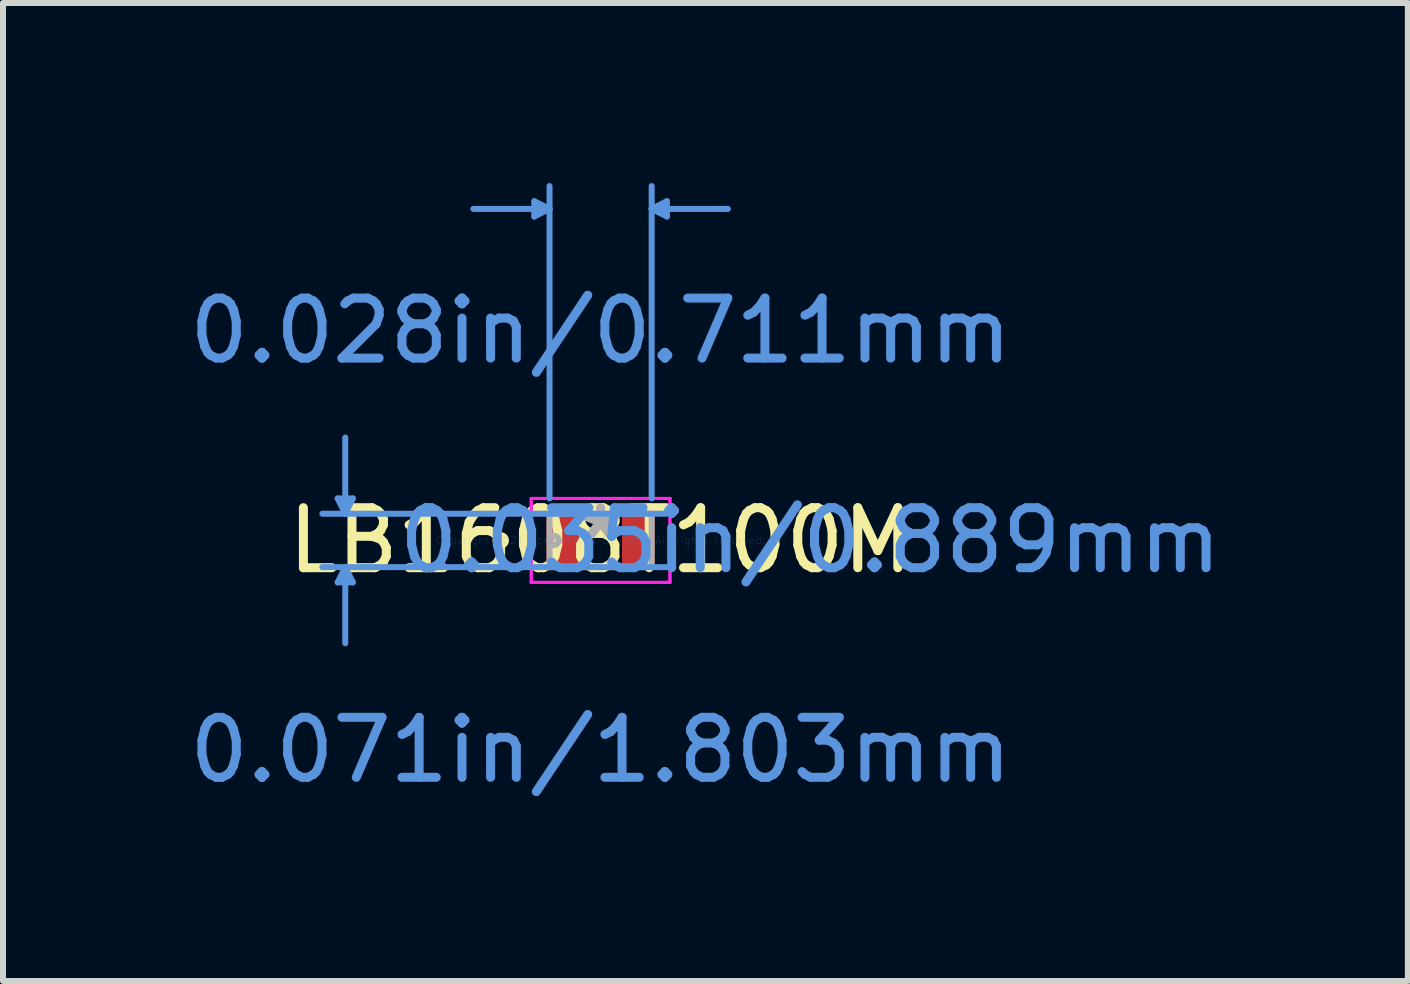
<source format=kicad_pcb>
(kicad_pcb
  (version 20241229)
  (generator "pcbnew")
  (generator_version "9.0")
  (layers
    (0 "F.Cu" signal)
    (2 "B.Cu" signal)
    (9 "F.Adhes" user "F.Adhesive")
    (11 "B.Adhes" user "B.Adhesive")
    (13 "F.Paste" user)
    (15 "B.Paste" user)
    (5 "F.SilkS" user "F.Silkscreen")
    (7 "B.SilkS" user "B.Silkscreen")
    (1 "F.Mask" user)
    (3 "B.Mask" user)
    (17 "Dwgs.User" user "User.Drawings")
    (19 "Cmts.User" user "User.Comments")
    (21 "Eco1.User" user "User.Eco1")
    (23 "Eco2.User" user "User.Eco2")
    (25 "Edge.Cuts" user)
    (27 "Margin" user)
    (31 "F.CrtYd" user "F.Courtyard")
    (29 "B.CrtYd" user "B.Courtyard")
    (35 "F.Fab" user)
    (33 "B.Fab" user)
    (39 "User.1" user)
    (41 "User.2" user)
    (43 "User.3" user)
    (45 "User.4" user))
  (footprint "LB1608T100M"
    (layer "F.Cu")
    (at 6.958 5.955)
    (property "Reference" "LB1608T100M" (at 0 0 0) (layer "F.SilkS") (effects (font (size 1 1) (thickness 0.15))))
    (attr through_hole)
    (fp_circle (center -1.664 0) (end -1.587 0) (stroke (width 0.12) (type solid)) (fill no) (layer "F.SilkS"))
    (fp_line (start -4.381 -0.699) (end -4.128 -0.699) (stroke (width 0.1) (type solid)) (layer "Cmts.User"))
    (fp_line (start -4.381 0.699) (end -4.128 0.699) (stroke (width 0.1) (type solid)) (layer "Cmts.User"))
    (fp_line (start -4.255 -0.445) (end -4.381 -0.699) (stroke (width 0.1) (type solid)) (layer "Cmts.User"))
    (fp_line (start -4.255 -0.445) (end -4.255 -1.714) (stroke (width 0.1) (type solid)) (layer "Cmts.User"))
    (fp_line (start -4.255 -0.445) (end -4.128 -0.699) (stroke (width 0.1) (type solid)) (layer "Cmts.User"))
    (fp_line (start -4.255 0.445) (end -4.381 0.699) (stroke (width 0.1) (type solid)) (layer "Cmts.User"))
    (fp_line (start -4.255 0.445) (end -4.255 1.714) (stroke (width 0.1) (type solid)) (layer "Cmts.User"))
    (fp_line (start -4.255 0.445) (end -4.128 0.699) (stroke (width 0.1) (type solid)) (layer "Cmts.User"))
    (fp_line (start -1.105 -5.652) (end -1.105 -5.397) (stroke (width 0.1) (type solid)) (layer "Cmts.User"))
    (fp_line (start -0.851 -5.524) (end -2.121 -5.524) (stroke (width 0.1) (type solid)) (layer "Cmts.User"))
    (fp_line (start -0.851 -5.524) (end -1.105 -5.652) (stroke (width 0.1) (type solid)) (layer "Cmts.User"))
    (fp_line (start -0.851 -5.524) (end -1.105 -5.397) (stroke (width 0.1) (type solid)) (layer "Cmts.User"))
    (fp_line (start -0.851 -0.699) (end -0.851 -5.905) (stroke (width 0.1) (type solid)) (layer "Cmts.User"))
    (fp_line (start 0.851 -5.524) (end 1.105 -5.652) (stroke (width 0.1) (type solid)) (layer "Cmts.User"))
    (fp_line (start 0.851 -5.524) (end 1.105 -5.397) (stroke (width 0.1) (type solid)) (layer "Cmts.User"))
    (fp_line (start 0.851 -5.524) (end 2.121 -5.524) (stroke (width 0.1) (type solid)) (layer "Cmts.User"))
    (fp_line (start 0.851 -0.699) (end 0.851 -5.905) (stroke (width 0.1) (type solid)) (layer "Cmts.User"))
    (fp_line (start 1.105 -5.652) (end 1.105 -5.397) (stroke (width 0.1) (type solid)) (layer "Cmts.User"))
    (fp_line (start 1.105 -0.445) (end -4.636 -0.445) (stroke (width 0.1) (type solid)) (layer "Cmts.User"))
    (fp_line (start 1.105 0.445) (end -4.636 0.445) (stroke (width 0.1) (type solid)) (layer "Cmts.User"))
    (fp_line (start -1.156 -0.699) (end -1.105 -0.699) (stroke (width 0.05) (type solid)) (layer "F.CrtYd"))
    (fp_line (start -1.156 -0.699) (end -1.105 -0.699) (stroke (width 0.05) (type solid)) (layer "F.CrtYd"))
    (fp_line (start -1.156 0.699) (end -1.156 -0.699) (stroke (width 0.05) (type solid)) (layer "F.CrtYd"))
    (fp_line (start -1.156 0.699) (end -1.156 -0.699) (stroke (width 0.05) (type solid)) (layer "F.CrtYd"))
    (fp_line (start -1.105 -0.699) (end -1.105 -0.699) (stroke (width 0.05) (type solid)) (layer "F.CrtYd"))
    (fp_line (start -1.105 -0.699) (end -1.105 -0.699) (stroke (width 0.05) (type solid)) (layer "F.CrtYd"))
    (fp_line (start -1.105 -0.699) (end 1.105 -0.699) (stroke (width 0.05) (type solid)) (layer "F.CrtYd"))
    (fp_line (start -1.105 -0.699) (end 1.105 -0.699) (stroke (width 0.05) (type solid)) (layer "F.CrtYd"))
    (fp_line (start -1.105 0.699) (end -1.156 0.699) (stroke (width 0.05) (type solid)) (layer "F.CrtYd"))
    (fp_line (start -1.105 0.699) (end -1.156 0.699) (stroke (width 0.05) (type solid)) (layer "F.CrtYd"))
    (fp_line (start -1.105 0.699) (end -1.105 0.699) (stroke (width 0.05) (type solid)) (layer "F.CrtYd"))
    (fp_line (start -1.105 0.699) (end -1.105 0.699) (stroke (width 0.05) (type solid)) (layer "F.CrtYd"))
    (fp_line (start 1.105 -0.699) (end 1.105 -0.699) (stroke (width 0.05) (type solid)) (layer "F.CrtYd"))
    (fp_line (start 1.105 -0.699) (end 1.105 -0.699) (stroke (width 0.05) (type solid)) (layer "F.CrtYd"))
    (fp_line (start 1.105 -0.699) (end 1.156 -0.699) (stroke (width 0.05) (type solid)) (layer "F.CrtYd"))
    (fp_line (start 1.105 -0.699) (end 1.156 -0.699) (stroke (width 0.05) (type solid)) (layer "F.CrtYd"))
    (fp_line (start 1.105 0.699) (end -1.105 0.699) (stroke (width 0.05) (type solid)) (layer "F.CrtYd"))
    (fp_line (start 1.105 0.699) (end -1.105 0.699) (stroke (width 0.05) (type solid)) (layer "F.CrtYd"))
    (fp_line (start 1.105 0.699) (end 1.105 0.699) (stroke (width 0.05) (type solid)) (layer "F.CrtYd"))
    (fp_line (start 1.105 0.699) (end 1.105 0.699) (stroke (width 0.05) (type solid)) (layer "F.CrtYd"))
    (fp_line (start 1.156 -0.699) (end 1.156 0.699) (stroke (width 0.05) (type solid)) (layer "F.CrtYd"))
    (fp_line (start 1.156 -0.699) (end 1.156 0.699) (stroke (width 0.05) (type solid)) (layer "F.CrtYd"))
    (fp_line (start 1.156 0.699) (end 1.105 0.699) (stroke (width 0.05) (type solid)) (layer "F.CrtYd"))
    (fp_line (start 1.156 0.699) (end 1.105 0.699) (stroke (width 0.05) (type solid)) (layer "F.CrtYd"))
    (fp_line (start -0.851 -0.445) (end -0.851 0.445) (stroke (width 0.1) (type solid)) (layer "F.Fab"))
    (fp_line (start -0.851 0.445) (end 0.851 0.445) (stroke (width 0.1) (type solid)) (layer "F.Fab"))
    (fp_line (start 0.851 -0.445) (end -0.851 -0.445) (stroke (width 0.1) (type solid)) (layer "F.Fab"))
    (fp_line (start 0.851 0.445) (end 0.851 -0.445) (stroke (width 0.1) (type solid)) (layer "F.Fab"))
    (fp_circle (center -0.775 0) (end -0.699 0) (stroke (width 0.1) (type solid)) (fill no) (layer "F.Fab"))
    (fp_text user "*" (at 0 0 0) (layer "F.SilkS") (effects (font (size 1 1) (thickness 0.15))))
    (fp_text user "0.071in/1.803mm" (at 0 3.493 0) (layer "Cmts.User") (effects (font (size 1 1) (thickness 0.15))))
    (fp_text user "Copyright 2021 Accelerated Designs. All rights reserved." (at 0 0 0) (layer "Cmts.User") (effects (font (size 0.127 0.127) (thickness 0.002))))
    (fp_text user "0.035in/0.889mm" (at 3.493 0 0) (layer "Cmts.User") (effects (font (size 1 1) (thickness 0.15))))
    (fp_text user "0.028in/0.711mm" (at 0 -3.493 0) (layer "Cmts.User") (effects (font (size 1 1) (thickness 0.15))))
    (fp_text user "*" (at 0 0 0) (layer "F.Fab") (effects (font (size 1 1) (thickness 0.15))))
    (pad "1" smd rect (at -0.629 0) (size 0.546 0.889) (layers "F.Cu" "F.Mask" "F.Paste"))
    (pad "2" smd rect (at 0.629 0) (size 0.546 0.889) (layers "F.Cu" "F.Mask" "F.Paste")))
  (gr_rect
    (start -3 -3)
    (end 20.409 13.296)
    (stroke (width 0.1) (type default))
    (fill no)
    (layer "Edge.Cuts")))
</source>
